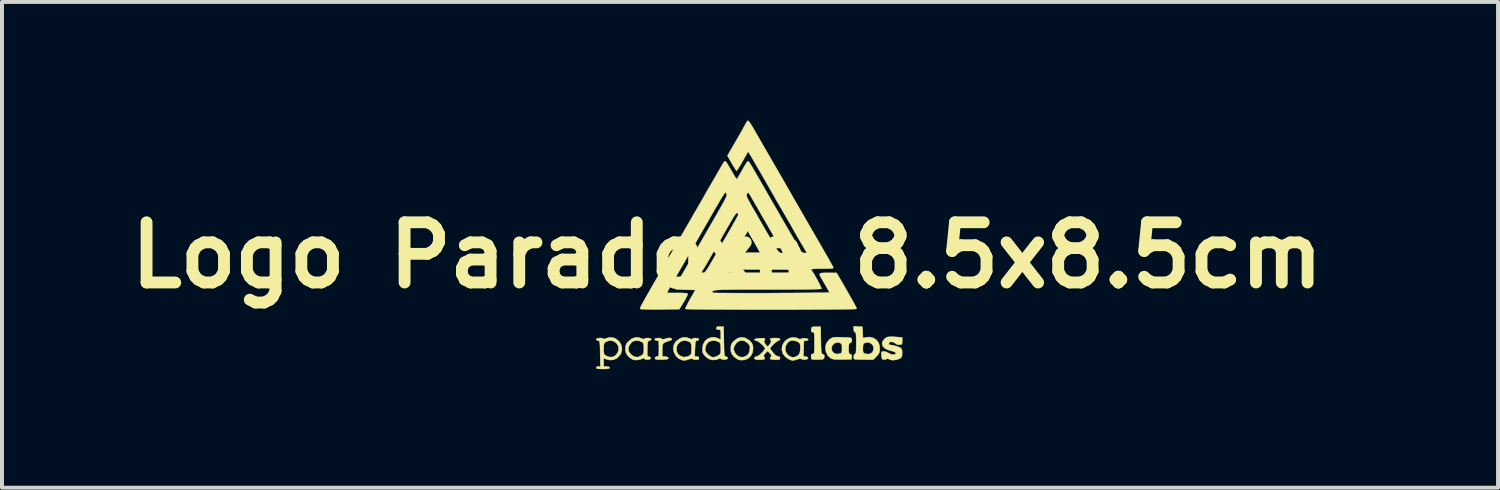
<source format=kicad_pcb>
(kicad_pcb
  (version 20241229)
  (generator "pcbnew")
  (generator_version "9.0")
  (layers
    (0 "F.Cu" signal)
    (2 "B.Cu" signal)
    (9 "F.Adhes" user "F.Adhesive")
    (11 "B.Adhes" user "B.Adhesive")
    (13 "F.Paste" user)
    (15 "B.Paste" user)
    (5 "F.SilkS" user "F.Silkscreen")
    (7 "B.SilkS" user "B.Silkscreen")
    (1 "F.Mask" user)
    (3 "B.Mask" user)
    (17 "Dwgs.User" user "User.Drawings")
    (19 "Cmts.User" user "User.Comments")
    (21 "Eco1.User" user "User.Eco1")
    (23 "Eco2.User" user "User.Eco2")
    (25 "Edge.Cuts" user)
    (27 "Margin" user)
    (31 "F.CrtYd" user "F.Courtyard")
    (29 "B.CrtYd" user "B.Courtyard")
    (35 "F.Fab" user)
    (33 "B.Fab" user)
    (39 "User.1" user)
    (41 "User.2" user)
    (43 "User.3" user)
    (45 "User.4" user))
  (footprint "Logo Paradoxa 8.5x8.5cm "
    (layer "F.Cu")
    (at 15.937 3.412)
    (property "Reference" "Logo Paradoxa 8.5x8.5cm " (at 0 0 0) (layer "F.SilkS") (effects (font (size 1.524 1.524) (thickness 0.3))))
    (attr through_hole)
    (fp_poly (pts (xy 1.794 2.151) (xy 1.797 2.279) (xy 1.8 2.37) (xy 1.804 2.432) (xy 1.81 2.47) (xy 1.82 2.491) (xy 1.833 2.501) (xy 1.844 2.504) (xy 1.875 2.524) (xy 1.881 2.567) (xy 1.88 2.575) (xy 1.875 2.607) (xy 1.86 2.625) (xy 1.828 2.635) (xy 1.768 2.639) (xy 1.724 2.641) (xy 1.648 2.642) (xy 1.59 2.639) (xy 1.561 2.633) (xy 1.56 2.633) (xy 1.549 2.602) (xy 1.545 2.558) (xy 1.553 2.513) (xy 1.58 2.498) (xy 1.587 2.498) (xy 1.605 2.495) (xy 1.617 2.484) (xy 1.624 2.456) (xy 1.628 2.406) (xy 1.63 2.327) (xy 1.63 2.223) (xy 1.63 2.11) (xy 1.628 2.034) (xy 1.624 1.986) (xy 1.616 1.96) (xy 1.604 1.949) (xy 1.586 1.947) (xy 1.556 1.94) (xy 1.547 1.911) (xy 1.549 1.879) (xy 1.555 1.839) (xy 1.569 1.819) (xy 1.603 1.811) (xy 1.669 1.81) (xy 1.789 1.81) (xy 1.794 2.151)) (stroke (width 0.01) (type solid)) (fill yes) (layer "F.SilkS"))
    (fp_poly (pts (xy -0.128 2.09) (xy -0.031 2.145) (xy -0.007 2.166) (xy 0.043 2.22) (xy 0.068 2.274) (xy 0.078 2.34) (xy 0.069 2.449) (xy 0.026 2.54) (xy -0.043 2.609) (xy -0.133 2.649) (xy -0.237 2.655) (xy -0.289 2.644) (xy -0.344 2.616) (xy -0.403 2.568) (xy -0.421 2.55) (xy -0.462 2.495) (xy -0.482 2.442) (xy -0.486 2.376) (xy -0.416 2.376) (xy -0.395 2.448) (xy -0.393 2.452) (xy -0.334 2.53) (xy -0.26 2.573) (xy -0.178 2.58) (xy -0.096 2.547) (xy -0.077 2.534) (xy -0.034 2.487) (xy -0.011 2.423) (xy -0.006 2.387) (xy -0.002 2.322) (xy -0.013 2.279) (xy -0.047 2.236) (xy -0.059 2.224) (xy -0.136 2.17) (xy -0.218 2.155) (xy -0.295 2.179) (xy -0.347 2.224) (xy -0.4 2.304) (xy -0.416 2.376) (xy -0.486 2.376) (xy -0.487 2.37) (xy -0.487 2.364) (xy -0.483 2.293) (xy -0.467 2.243) (xy -0.429 2.194) (xy -0.411 2.175) (xy -0.32 2.104) (xy -0.225 2.076) (xy -0.128 2.09)) (stroke (width 0.01) (type solid)) (fill yes) (layer "F.SilkS"))
    (fp_poly (pts (xy -1.991 2.104) (xy -1.989 2.107) (xy -1.977 2.126) (xy -1.984 2.142) (xy -2.019 2.158) (xy -2.085 2.18) (xy -2.152 2.204) (xy -2.193 2.23) (xy -2.214 2.27) (xy -2.221 2.334) (xy -2.223 2.404) (xy -2.223 2.559) (xy -2.143 2.565) (xy -2.084 2.578) (xy -2.064 2.603) (xy -2.064 2.603) (xy -2.073 2.621) (xy -2.105 2.632) (xy -2.168 2.639) (xy -2.226 2.641) (xy -2.312 2.642) (xy -2.374 2.636) (xy -2.402 2.626) (xy -2.402 2.626) (xy -2.406 2.59) (xy -2.376 2.566) (xy -2.348 2.561) (xy -2.329 2.558) (xy -2.317 2.543) (xy -2.31 2.508) (xy -2.308 2.445) (xy -2.307 2.36) (xy -2.308 2.267) (xy -2.31 2.208) (xy -2.317 2.176) (xy -2.33 2.162) (xy -2.351 2.159) (xy -2.36 2.159) (xy -2.403 2.148) (xy -2.413 2.127) (xy -2.395 2.108) (xy -2.351 2.097) (xy -2.299 2.095) (xy -2.253 2.104) (xy -2.232 2.118) (xy -2.204 2.13) (xy -2.183 2.126) (xy -2.099 2.099) (xy -2.032 2.091) (xy -1.991 2.104)) (stroke (width 0.01) (type solid)) (fill yes) (layer "F.SilkS"))
    (fp_poly (pts (xy 2.275 2.075) (xy 2.369 2.078) (xy 2.434 2.081) (xy 2.508 2.084) (xy 2.55 2.091) (xy 2.57 2.106) (xy 2.577 2.133) (xy 2.579 2.145) (xy 2.576 2.192) (xy 2.548 2.214) (xy 2.542 2.216) (xy 2.517 2.227) (xy 2.504 2.252) (xy 2.499 2.302) (xy 2.498 2.36) (xy 2.499 2.434) (xy 2.506 2.476) (xy 2.522 2.497) (xy 2.542 2.504) (xy 2.573 2.524) (xy 2.579 2.567) (xy 2.579 2.575) (xy 2.572 2.635) (xy 2.337 2.639) (xy 2.227 2.639) (xy 2.149 2.636) (xy 2.096 2.628) (xy 2.056 2.614) (xy 2.039 2.604) (xy 1.968 2.538) (xy 1.923 2.449) (xy 1.911 2.366) (xy 2.062 2.366) (xy 2.081 2.43) (xy 2.127 2.478) (xy 2.193 2.501) (xy 2.27 2.492) (xy 2.27 2.492) (xy 2.304 2.477) (xy 2.321 2.453) (xy 2.328 2.408) (xy 2.328 2.358) (xy 2.326 2.289) (xy 2.316 2.25) (xy 2.293 2.228) (xy 2.275 2.218) (xy 2.202 2.206) (xy 2.133 2.23) (xy 2.082 2.286) (xy 2.078 2.293) (xy 2.062 2.366) (xy 1.911 2.366) (xy 1.908 2.35) (xy 1.925 2.251) (xy 1.946 2.208) (xy 2.014 2.126) (xy 2.097 2.082) (xy 2.197 2.072) (xy 2.275 2.075)) (stroke (width 0.01) (type solid)) (fill yes) (layer "F.SilkS"))
    (fp_poly (pts (xy 2.847 1.81) (xy 2.853 1.953) (xy 2.859 2.096) (xy 2.917 2.081) (xy 3.024 2.07) (xy 3.121 2.093) (xy 3.202 2.145) (xy 3.258 2.221) (xy 3.281 2.307) (xy 3.284 2.398) (xy 3.272 2.464) (xy 3.239 2.519) (xy 3.2 2.562) (xy 3.119 2.643) (xy 2.884 2.642) (xy 2.789 2.641) (xy 2.709 2.638) (xy 2.656 2.634) (xy 2.637 2.63) (xy 2.624 2.596) (xy 2.625 2.551) (xy 2.638 2.512) (xy 2.656 2.498) (xy 2.67 2.492) (xy 2.679 2.469) (xy 2.684 2.424) (xy 2.687 2.358) (xy 2.857 2.358) (xy 2.857 2.359) (xy 2.859 2.426) (xy 2.869 2.463) (xy 2.891 2.483) (xy 2.915 2.492) (xy 2.999 2.504) (xy 3.068 2.481) (xy 3.102 2.448) (xy 3.13 2.378) (xy 3.123 2.311) (xy 3.089 2.254) (xy 3.034 2.216) (xy 2.967 2.204) (xy 2.898 2.223) (xy 2.873 2.246) (xy 2.861 2.287) (xy 2.857 2.358) (xy 2.687 2.358) (xy 2.687 2.349) (xy 2.688 2.24) (xy 2.688 2.223) (xy 2.687 2.108) (xy 2.685 2.029) (xy 2.68 1.981) (xy 2.671 1.955) (xy 2.658 1.947) (xy 2.656 1.947) (xy 2.633 1.932) (xy 2.625 1.881) (xy 2.625 1.872) (xy 2.625 1.797) (xy 2.847 1.81)) (stroke (width 0.01) (type solid)) (fill yes) (layer "F.SilkS"))
    (fp_poly (pts (xy 1.169 2.088) (xy 1.215 2.107) (xy 1.266 2.126) (xy 1.291 2.116) (xy 1.292 2.116) (xy 1.321 2.102) (xy 1.372 2.099) (xy 1.426 2.106) (xy 1.466 2.12) (xy 1.476 2.131) (xy 1.464 2.151) (xy 1.425 2.163) (xy 1.365 2.17) (xy 1.359 2.364) (xy 1.353 2.558) (xy 1.412 2.565) (xy 1.46 2.581) (xy 1.471 2.606) (xy 1.448 2.63) (xy 1.401 2.642) (xy 1.345 2.641) (xy 1.306 2.628) (xy 1.305 2.627) (xy 1.266 2.618) (xy 1.199 2.634) (xy 1.195 2.635) (xy 1.133 2.656) (xy 1.091 2.662) (xy 1.048 2.657) (xy 1.027 2.651) (xy 0.95 2.615) (xy 0.878 2.554) (xy 0.833 2.492) (xy 0.805 2.398) (xy 0.807 2.379) (xy 0.891 2.379) (xy 0.909 2.452) (xy 0.949 2.514) (xy 1.006 2.56) (xy 1.073 2.583) (xy 1.144 2.576) (xy 1.215 2.535) (xy 1.247 2.498) (xy 1.265 2.452) (xy 1.272 2.382) (xy 1.273 2.363) (xy 1.274 2.29) (xy 1.266 2.246) (xy 1.246 2.216) (xy 1.226 2.2) (xy 1.161 2.17) (xy 1.087 2.159) (xy 1.021 2.166) (xy 0.975 2.192) (xy 0.942 2.227) (xy 0.9 2.302) (xy 0.891 2.379) (xy 0.807 2.379) (xy 0.812 2.306) (xy 0.849 2.221) (xy 0.91 2.151) (xy 0.987 2.101) (xy 1.076 2.078) (xy 1.169 2.088)) (stroke (width 0.01) (type solid)) (fill yes) (layer "F.SilkS"))
    (fp_poly (pts (xy -1.586 2.086) (xy -1.535 2.107) (xy -1.486 2.126) (xy -1.464 2.118) (xy -1.441 2.101) (xy -1.395 2.095) (xy -1.343 2.098) (xy -1.304 2.11) (xy -1.291 2.126) (xy -1.309 2.152) (xy -1.339 2.163) (xy -1.361 2.169) (xy -1.376 2.184) (xy -1.384 2.217) (xy -1.389 2.276) (xy -1.393 2.365) (xy -1.399 2.561) (xy -1.345 2.561) (xy -1.303 2.571) (xy -1.291 2.603) (xy -1.3 2.633) (xy -1.334 2.645) (xy -1.361 2.646) (xy -1.415 2.64) (xy -1.451 2.626) (xy -1.451 2.625) (xy -1.487 2.618) (xy -1.552 2.634) (xy -1.556 2.635) (xy -1.618 2.655) (xy -1.66 2.662) (xy -1.703 2.657) (xy -1.725 2.652) (xy -1.813 2.612) (xy -1.88 2.544) (xy -1.924 2.46) (xy -1.942 2.367) (xy -1.941 2.36) (xy -1.863 2.36) (xy -1.851 2.45) (xy -1.811 2.514) (xy -1.762 2.549) (xy -1.673 2.579) (xy -1.587 2.567) (xy -1.543 2.546) (xy -1.51 2.524) (xy -1.492 2.497) (xy -1.484 2.456) (xy -1.482 2.386) (xy -1.482 2.369) (xy -1.483 2.291) (xy -1.491 2.244) (xy -1.507 2.214) (xy -1.534 2.193) (xy -1.615 2.161) (xy -1.698 2.164) (xy -1.773 2.196) (xy -1.83 2.253) (xy -1.86 2.33) (xy -1.863 2.36) (xy -1.941 2.36) (xy -1.93 2.276) (xy -1.886 2.195) (xy -1.868 2.176) (xy -1.772 2.105) (xy -1.68 2.075) (xy -1.586 2.086)) (stroke (width 0.01) (type solid)) (fill yes) (layer "F.SilkS"))
    (fp_poly (pts (xy 3.619 2.063) (xy 3.702 2.068) (xy 3.852 2.08) (xy 3.852 2.173) (xy 3.851 2.23) (xy 3.839 2.257) (xy 3.809 2.264) (xy 3.779 2.265) (xy 3.727 2.259) (xy 3.694 2.244) (xy 3.693 2.242) (xy 3.656 2.213) (xy 3.601 2.194) (xy 3.551 2.192) (xy 3.546 2.194) (xy 3.524 2.214) (xy 3.512 2.244) (xy 3.517 2.264) (xy 3.521 2.265) (xy 3.572 2.271) (xy 3.643 2.286) (xy 3.718 2.307) (xy 3.778 2.328) (xy 3.803 2.34) (xy 3.834 2.368) (xy 3.849 2.411) (xy 3.852 2.475) (xy 3.848 2.543) (xy 3.832 2.584) (xy 3.804 2.609) (xy 3.72 2.644) (xy 3.623 2.656) (xy 3.577 2.652) (xy 3.529 2.637) (xy 3.505 2.623) (xy 3.473 2.618) (xy 3.458 2.627) (xy 3.417 2.642) (xy 3.383 2.642) (xy 3.352 2.632) (xy 3.336 2.605) (xy 3.328 2.549) (xy 3.327 2.535) (xy 3.325 2.474) (xy 3.332 2.445) (xy 3.355 2.435) (xy 3.386 2.434) (xy 3.45 2.447) (xy 3.511 2.478) (xy 3.511 2.478) (xy 3.565 2.505) (xy 3.622 2.515) (xy 3.669 2.509) (xy 3.693 2.485) (xy 3.694 2.478) (xy 3.673 2.454) (xy 3.617 2.431) (xy 3.588 2.424) (xy 3.474 2.39) (xy 3.398 2.346) (xy 3.356 2.29) (xy 3.344 2.227) (xy 3.363 2.168) (xy 3.408 2.112) (xy 3.468 2.074) (xy 3.489 2.068) (xy 3.542 2.063) (xy 3.619 2.063)) (stroke (width 0.01) (type solid)) (fill yes) (layer "F.SilkS"))
    (fp_poly (pts (xy -3.449 2.09) (xy -3.392 2.117) (xy -3.308 2.188) (xy -3.258 2.277) (xy -3.241 2.375) (xy -3.262 2.473) (xy -3.281 2.509) (xy -3.356 2.596) (xy -3.445 2.645) (xy -3.547 2.654) (xy -3.619 2.638) (xy -3.704 2.608) (xy -3.704 2.815) (xy -3.63 2.815) (xy -3.575 2.822) (xy -3.556 2.844) (xy -3.556 2.847) (xy -3.564 2.863) (xy -3.593 2.873) (xy -3.65 2.878) (xy -3.725 2.879) (xy -3.812 2.877) (xy -3.864 2.872) (xy -3.889 2.861) (xy -3.895 2.847) (xy -3.876 2.821) (xy -3.841 2.815) (xy -3.788 2.815) (xy -3.794 2.492) (xy -3.796 2.369) (xy -3.796 2.368) (xy -3.704 2.368) (xy -3.703 2.445) (xy -3.696 2.491) (xy -3.679 2.52) (xy -3.65 2.543) (xy -3.646 2.545) (xy -3.565 2.576) (xy -3.482 2.575) (xy -3.416 2.545) (xy -3.352 2.471) (xy -3.324 2.387) (xy -3.333 2.302) (xy -3.38 2.226) (xy -3.385 2.221) (xy -3.462 2.171) (xy -3.55 2.159) (xy -3.637 2.184) (xy -3.652 2.193) (xy -3.68 2.216) (xy -3.696 2.246) (xy -3.703 2.296) (xy -3.704 2.368) (xy -3.796 2.368) (xy -3.799 2.282) (xy -3.803 2.224) (xy -3.81 2.19) (xy -3.82 2.172) (xy -3.835 2.165) (xy -3.847 2.163) (xy -3.884 2.146) (xy -3.895 2.126) (xy -3.876 2.107) (xy -3.833 2.097) (xy -3.78 2.095) (xy -3.735 2.102) (xy -3.716 2.115) (xy -3.69 2.121) (xy -3.646 2.105) (xy -3.549 2.077) (xy -3.449 2.09)) (stroke (width 0.01) (type solid)) (fill yes) (layer "F.SilkS"))
    (fp_poly (pts (xy -2.796 2.087) (xy -2.756 2.104) (xy -2.704 2.123) (xy -2.678 2.117) (xy -2.649 2.1) (xy -2.6 2.095) (xy -2.548 2.098) (xy -2.509 2.111) (xy -2.498 2.126) (xy -2.516 2.152) (xy -2.545 2.163) (xy -2.568 2.169) (xy -2.582 2.184) (xy -2.591 2.218) (xy -2.596 2.277) (xy -2.599 2.364) (xy -2.601 2.455) (xy -2.6 2.513) (xy -2.594 2.544) (xy -2.581 2.559) (xy -2.559 2.565) (xy -2.557 2.565) (xy -2.519 2.582) (xy -2.508 2.603) (xy -2.526 2.627) (xy -2.569 2.641) (xy -2.619 2.643) (xy -2.659 2.631) (xy -2.669 2.621) (xy -2.693 2.604) (xy -2.725 2.617) (xy -2.81 2.648) (xy -2.907 2.653) (xy -2.956 2.644) (xy -3.011 2.616) (xy -3.07 2.568) (xy -3.088 2.55) (xy -3.131 2.493) (xy -3.15 2.437) (xy -3.154 2.371) (xy -3.083 2.371) (xy -3.064 2.446) (xy -3.004 2.521) (xy -3.002 2.522) (xy -2.924 2.571) (xy -2.842 2.579) (xy -2.758 2.544) (xy -2.75 2.539) (xy -2.716 2.511) (xy -2.697 2.48) (xy -2.69 2.433) (xy -2.688 2.361) (xy -2.69 2.286) (xy -2.698 2.24) (xy -2.717 2.211) (xy -2.74 2.193) (xy -2.814 2.164) (xy -2.895 2.16) (xy -2.967 2.182) (xy -2.999 2.207) (xy -3.062 2.293) (xy -3.083 2.371) (xy -3.154 2.371) (xy -3.154 2.369) (xy -3.15 2.301) (xy -3.133 2.252) (xy -3.095 2.2) (xy -3.074 2.178) (xy -2.986 2.108) (xy -2.892 2.077) (xy -2.796 2.087)) (stroke (width 0.01) (type solid)) (fill yes) (layer "F.SilkS"))
    (fp_poly (pts (xy -0.749 1.803) (xy -0.667 1.81) (xy -0.661 2.184) (xy -0.659 2.318) (xy -0.656 2.416) (xy -0.653 2.483) (xy -0.647 2.525) (xy -0.639 2.549) (xy -0.627 2.56) (xy -0.611 2.565) (xy -0.608 2.565) (xy -0.571 2.582) (xy -0.561 2.603) (xy -0.579 2.627) (xy -0.623 2.641) (xy -0.675 2.642) (xy -0.721 2.63) (xy -0.732 2.624) (xy -0.771 2.61) (xy -0.788 2.619) (xy -0.85 2.645) (xy -0.935 2.651) (xy -0.994 2.643) (xy -1.065 2.613) (xy -1.134 2.556) (xy -1.137 2.553) (xy -1.181 2.498) (xy -1.201 2.447) (xy -1.205 2.39) (xy -1.136 2.39) (xy -1.131 2.418) (xy -1.098 2.476) (xy -1.043 2.531) (xy -0.981 2.57) (xy -0.934 2.582) (xy -0.878 2.571) (xy -0.816 2.544) (xy -0.81 2.54) (xy -0.772 2.515) (xy -0.752 2.488) (xy -0.743 2.447) (xy -0.741 2.379) (xy -0.741 2.363) (xy -0.743 2.287) (xy -0.751 2.241) (xy -0.769 2.212) (xy -0.793 2.193) (xy -0.869 2.165) (xy -0.957 2.162) (xy -1.036 2.186) (xy -1.047 2.192) (xy -1.095 2.244) (xy -1.127 2.316) (xy -1.136 2.39) (xy -1.205 2.39) (xy -1.206 2.376) (xy -1.206 2.369) (xy -1.189 2.261) (xy -1.141 2.174) (xy -1.069 2.111) (xy -0.981 2.078) (xy -0.883 2.078) (xy -0.803 2.107) (xy -0.741 2.139) (xy -0.741 2.011) (xy -0.742 1.941) (xy -0.748 1.903) (xy -0.763 1.887) (xy -0.791 1.884) (xy -0.793 1.884) (xy -0.844 1.874) (xy -0.858 1.847) (xy -0.848 1.823) (xy -0.815 1.806) (xy -0.753 1.803) (xy -0.749 1.803)) (stroke (width 0.01) (type solid)) (fill yes) (layer "F.SilkS"))
    (fp_poly (pts (xy 0.709 2.098) (xy 0.748 2.107) (xy 0.762 2.123) (xy 0.762 2.127) (xy 0.745 2.154) (xy 0.724 2.159) (xy 0.693 2.173) (xy 0.645 2.208) (xy 0.592 2.255) (xy 0.545 2.303) (xy 0.514 2.342) (xy 0.508 2.357) (xy 0.52 2.382) (xy 0.553 2.427) (xy 0.585 2.468) (xy 0.649 2.534) (xy 0.703 2.56) (xy 0.712 2.561) (xy 0.752 2.572) (xy 0.762 2.603) (xy 0.757 2.627) (xy 0.737 2.64) (xy 0.691 2.645) (xy 0.635 2.646) (xy 0.554 2.641) (xy 0.512 2.625) (xy 0.509 2.597) (xy 0.534 2.565) (xy 0.544 2.541) (xy 0.527 2.508) (xy 0.502 2.482) (xy 0.445 2.425) (xy 0.388 2.481) (xy 0.353 2.522) (xy 0.347 2.55) (xy 0.358 2.57) (xy 0.374 2.606) (xy 0.371 2.624) (xy 0.343 2.637) (xy 0.289 2.644) (xy 0.223 2.645) (xy 0.163 2.641) (xy 0.123 2.63) (xy 0.116 2.625) (xy 0.113 2.59) (xy 0.143 2.566) (xy 0.173 2.561) (xy 0.208 2.546) (xy 0.257 2.509) (xy 0.309 2.46) (xy 0.353 2.411) (xy 0.379 2.371) (xy 0.381 2.361) (xy 0.365 2.327) (xy 0.325 2.281) (xy 0.271 2.231) (xy 0.215 2.189) (xy 0.169 2.163) (xy 0.153 2.159) (xy 0.116 2.15) (xy 0.111 2.133) (xy 0.137 2.116) (xy 0.199 2.104) (xy 0.25 2.1) (xy 0.325 2.098) (xy 0.365 2.104) (xy 0.38 2.118) (xy 0.381 2.124) (xy 0.367 2.157) (xy 0.356 2.164) (xy 0.353 2.183) (xy 0.37 2.22) (xy 0.396 2.262) (xy 0.425 2.296) (xy 0.445 2.307) (xy 0.468 2.292) (xy 0.497 2.257) (xy 0.522 2.214) (xy 0.536 2.179) (xy 0.533 2.164) (xy 0.51 2.138) (xy 0.508 2.125) (xy 0.52 2.108) (xy 0.559 2.098) (xy 0.633 2.095) (xy 0.635 2.095) (xy 0.709 2.098)) (stroke (width 0.01) (type solid)) (fill yes) (layer "F.SilkS"))
    (fp_poly (pts (xy -0.031 -3.39) (xy 0.004 -3.344) (xy 0.048 -3.275) (xy 0.086 -3.212) (xy 0.167 -3.07) (xy 0.265 -2.9) (xy 0.375 -2.71) (xy 0.492 -2.507) (xy 0.611 -2.3) (xy 0.728 -2.098) (xy 0.773 -2.021) (xy 0.839 -1.907) (xy 0.901 -1.8) (xy 0.954 -1.706) (xy 0.995 -1.635) (xy 1.016 -1.598) (xy 1.041 -1.555) (xy 1.079 -1.487) (xy 1.133 -1.393) (xy 1.203 -1.272) (xy 1.29 -1.121) (xy 1.395 -0.939) (xy 1.518 -0.725) (xy 1.661 -0.478) (xy 1.782 -0.269) (xy 1.862 -0.13) (xy 1.936 -0.002) (xy 2 0.11) (xy 2.051 0.202) (xy 2.088 0.268) (xy 2.107 0.304) (xy 2.109 0.308) (xy 2.108 0.32) (xy 2.09 0.329) (xy 2.05 0.335) (xy 1.98 0.338) (xy 1.876 0.339) (xy 1.833 0.339) (xy 1.711 0.34) (xy 1.627 0.343) (xy 1.575 0.349) (xy 1.552 0.36) (xy 1.551 0.376) (xy 1.564 0.393) (xy 1.59 0.427) (xy 1.626 0.486) (xy 1.669 0.56) (xy 1.713 0.64) (xy 1.754 0.718) (xy 1.787 0.785) (xy 1.806 0.831) (xy 1.809 0.848) (xy 1.786 0.852) (xy 1.722 0.856) (xy 1.619 0.859) (xy 1.48 0.862) (xy 1.306 0.864) (xy 1.1 0.866) (xy 0.862 0.867) (xy 0.596 0.868) (xy 0.435 0.868) (xy 0.159 0.868) (xy -0.078 0.868) (xy -0.279 0.868) (xy -0.446 0.869) (xy -0.583 0.871) (xy -0.693 0.873) (xy -0.779 0.876) (xy -0.843 0.881) (xy -0.889 0.886) (xy -0.92 0.894) (xy -0.939 0.903) (xy -0.949 0.914) (xy -0.952 0.927) (xy -0.953 0.942) (xy -0.953 0.949) (xy -0.932 0.951) (xy -0.872 0.953) (xy -0.777 0.955) (xy -0.65 0.956) (xy -0.494 0.957) (xy -0.312 0.958) (xy -0.109 0.959) (xy 0.113 0.959) (xy 0.35 0.958) (xy 0.529 0.958) (xy 0.775 0.956) (xy 1.009 0.955) (xy 1.226 0.954) (xy 1.424 0.952) (xy 1.598 0.951) (xy 1.747 0.949) (xy 1.865 0.948) (xy 1.951 0.946) (xy 2 0.945) (xy 2.011 0.944) (xy 2 0.921) (xy 1.969 0.863) (xy 1.918 0.773) (xy 1.848 0.653) (xy 1.813 0.593) (xy 1.778 0.53) (xy 1.762 0.488) (xy 1.77 0.462) (xy 1.808 0.45) (xy 1.879 0.445) (xy 1.975 0.445) (xy 2.192 0.445) (xy 2.275 0.587) (xy 2.386 0.779) (xy 2.477 0.938) (xy 2.55 1.066) (xy 2.606 1.166) (xy 2.648 1.242) (xy 2.675 1.296) (xy 2.692 1.332) (xy 2.698 1.352) (xy 2.697 1.357) (xy 2.675 1.36) (xy 2.613 1.363) (xy 2.517 1.365) (xy 2.388 1.367) (xy 2.231 1.369) (xy 2.048 1.37) (xy 1.844 1.372) (xy 1.621 1.373) (xy 1.384 1.374) (xy 1.135 1.375) (xy 0.878 1.375) (xy 0.617 1.375) (xy 0.354 1.376) (xy 0.094 1.375) (xy -0.161 1.375) (xy -0.406 1.374) (xy -0.639 1.373) (xy -0.856 1.372) (xy -1.053 1.371) (xy -1.227 1.369) (xy -1.376 1.367) (xy -1.494 1.365) (xy -1.579 1.363) (xy -1.628 1.361) (xy -1.638 1.359) (xy -1.632 1.335) (xy -1.608 1.282) (xy -1.57 1.208) (xy -1.522 1.12) (xy -1.516 1.11) (xy -1.384 0.878) (xy -1.644 0.872) (xy -1.754 0.869) (xy -1.828 0.865) (xy -1.873 0.859) (xy -1.897 0.85) (xy -1.905 0.836) (xy -1.905 0.83) (xy -1.893 0.783) (xy -1.876 0.751) (xy -1.859 0.723) (xy -1.825 0.665) (xy -1.776 0.581) (xy -1.716 0.479) (xy -1.691 0.436) (xy -1.223 0.436) (xy -1.198 0.444) (xy -1.18 0.444) (xy -1.157 0.438) (xy -1.137 0.421) (xy -0.657 0.421) (xy -0.649 0.428) (xy -0.629 0.433) (xy -0.592 0.437) (xy -0.536 0.44) (xy -0.457 0.442) (xy -0.351 0.443) (xy -0.215 0.444) (xy -0.044 0.444) (xy 0.164 0.444) (xy 0.233 0.445) (xy 0.453 0.444) (xy 0.634 0.444) (xy 0.78 0.444) (xy 0.895 0.443) (xy 0.981 0.441) (xy 1.044 0.438) (xy 1.086 0.434) (xy 1.11 0.429) (xy 1.122 0.423) (xy 1.123 0.415) (xy 1.119 0.405) (xy 1.117 0.402) (xy 1.109 0.392) (xy 1.097 0.383) (xy 1.078 0.376) (xy 1.047 0.371) (xy 1 0.367) (xy 0.933 0.364) (xy 0.843 0.362) (xy 0.725 0.361) (xy 0.576 0.36) (xy 0.391 0.36) (xy 0.233 0.36) (xy 0.02 0.36) (xy -0.155 0.36) (xy -0.295 0.361) (xy -0.405 0.362) (xy -0.488 0.365) (xy -0.549 0.368) (xy -0.591 0.372) (xy -0.619 0.378) (xy -0.636 0.385) (xy -0.646 0.394) (xy -0.651 0.402) (xy -0.657 0.412) (xy -0.657 0.421) (xy -1.137 0.421) (xy -1.131 0.416) (xy -1.098 0.373) (xy -1.054 0.303) (xy -0.994 0.203) (xy -0.974 0.167) (xy -0.913 0.062) (xy -0.856 -0.038) (xy -0.842 -0.064) (xy -0.378 -0.064) (xy 0.256 -0.064) (xy 0.176 -0.206) (xy 0.125 -0.297) (xy 0.07 -0.392) (xy 0.027 -0.464) (xy -0.009 -0.528) (xy -0.034 -0.578) (xy -0.042 -0.601) (xy -0.046 -0.612) (xy -0.057 -0.604) (xy -0.08 -0.574) (xy -0.115 -0.517) (xy -0.167 -0.431) (xy -0.229 -0.323) (xy -0.378 -0.064) (xy -0.842 -0.064) (xy -0.807 -0.123) (xy -0.773 -0.184) (xy -0.765 -0.198) (xy -0.738 -0.244) (xy -0.695 -0.319) (xy -0.639 -0.416) (xy -0.575 -0.527) (xy -0.507 -0.645) (xy -0.505 -0.648) (xy -0.441 -0.76) (xy -0.385 -0.86) (xy -0.34 -0.942) (xy -0.309 -1.001) (xy -0.297 -1.029) (xy -0.296 -1.03) (xy -0.31 -1.061) (xy -0.321 -1.074) (xy -0.335 -1.075) (xy -0.359 -1.051) (xy -0.395 -1.002) (xy -0.445 -0.922) (xy -0.511 -0.808) (xy -0.529 -0.777) (xy -0.667 -0.536) (xy -0.785 -0.33) (xy -0.884 -0.155) (xy -0.968 -0.011) (xy -1.035 0.107) (xy -1.089 0.199) (xy -1.131 0.269) (xy -1.161 0.32) (xy -1.181 0.352) (xy -1.188 0.363) (xy -1.219 0.412) (xy -1.223 0.436) (xy -1.691 0.436) (xy -1.649 0.364) (xy -1.578 0.241) (xy -1.507 0.117) (xy -1.438 -0.002) (xy -1.376 -0.11) (xy -1.323 -0.202) (xy -1.318 -0.212) (xy -1.292 -0.257) (xy -1.251 -0.329) (xy -1.198 -0.421) (xy -1.139 -0.523) (xy -1.117 -0.561) (xy -0.996 -0.771) (xy -0.894 -0.948) (xy -0.81 -1.094) (xy -0.742 -1.212) (xy -0.689 -1.307) (xy -0.649 -1.38) (xy -0.62 -1.435) (xy -0.602 -1.475) (xy -0.591 -1.503) (xy -0.588 -1.523) (xy -0.588 -1.524) (xy -0.09 -1.524) (xy -0.084 -1.492) (xy -0.064 -1.443) (xy -0.028 -1.373) (xy 0.027 -1.275) (xy 0.052 -1.23) (xy 0.112 -1.127) (xy 0.167 -1.032) (xy 0.212 -0.952) (xy 0.244 -0.897) (xy 0.251 -0.885) (xy 0.276 -0.841) (xy 0.317 -0.77) (xy 0.369 -0.679) (xy 0.427 -0.579) (xy 0.444 -0.55) (xy 0.505 -0.444) (xy 0.565 -0.341) (xy 0.616 -0.252) (xy 0.654 -0.186) (xy 0.66 -0.176) (xy 0.715 -0.098) (xy 0.771 -0.057) (xy 0.824 -0.055) (xy 0.829 -0.057) (xy 0.825 -0.077) (xy 0.804 -0.125) (xy 0.768 -0.193) (xy 0.742 -0.238) (xy 0.702 -0.309) (xy 0.645 -0.407) (xy 0.576 -0.527) (xy 0.5 -0.658) (xy 0.422 -0.794) (xy 0.391 -0.847) (xy 0.314 -0.98) (xy 0.239 -1.111) (xy 0.17 -1.231) (xy 0.111 -1.333) (xy 0.067 -1.41) (xy 0.054 -1.434) (xy 0.013 -1.504) (xy -0.021 -1.557) (xy -0.043 -1.585) (xy -0.047 -1.587) (xy -0.068 -1.571) (xy -0.084 -1.546) (xy -0.09 -1.524) (xy -0.588 -1.524) (xy -0.589 -1.537) (xy -0.594 -1.548) (xy -0.6 -1.56) (xy -0.6 -1.56) (xy -0.606 -1.573) (xy -0.612 -1.583) (xy -0.619 -1.588) (xy -0.629 -1.584) (xy -0.643 -1.569) (xy -0.664 -1.54) (xy -0.694 -1.495) (xy -0.734 -1.43) (xy -0.785 -1.343) (xy -0.85 -1.231) (xy -0.931 -1.092) (xy -1.029 -0.921) (xy -1.146 -0.718) (xy -1.176 -0.667) (xy -1.301 -0.448) (xy -1.409 -0.261) (xy -1.503 -0.098) (xy -1.586 0.045) (xy -1.661 0.175) (xy -1.732 0.298) (xy -1.803 0.419) (xy -1.876 0.544) (xy -1.901 0.587) (xy -1.965 0.698) (xy -2.02 0.796) (xy -2.063 0.874) (xy -2.09 0.929) (xy -2.1 0.953) (xy -2.1 0.954) (xy -2.074 0.954) (xy -2.015 0.954) (xy -1.931 0.953) (xy -1.838 0.953) (xy -1.72 0.954) (xy -1.635 0.959) (xy -1.587 0.967) (xy -1.577 0.973) (xy -1.582 1) (xy -1.605 1.053) (xy -1.643 1.125) (xy -1.676 1.181) (xy -1.79 1.365) (xy -2.28 1.371) (xy -2.438 1.372) (xy -2.572 1.371) (xy -2.676 1.368) (xy -2.747 1.364) (xy -2.78 1.358) (xy -2.782 1.356) (xy -2.783 1.347) (xy -2.777 1.327) (xy -2.763 1.295) (xy -2.739 1.248) (xy -2.703 1.181) (xy -2.653 1.092) (xy -2.589 0.979) (xy -2.508 0.837) (xy -2.408 0.664) (xy -2.318 0.508) (xy -2.243 0.379) (xy -2.16 0.235) (xy -2.078 0.092) (xy -2.006 -0.033) (xy -2 -0.042) (xy -1.861 -0.284) (xy -1.741 -0.492) (xy -1.639 -0.669) (xy -1.552 -0.819) (xy -1.48 -0.945) (xy -1.42 -1.048) (xy -1.371 -1.133) (xy -1.33 -1.203) (xy -1.297 -1.261) (xy -1.269 -1.308) (xy -1.261 -1.322) (xy -1.218 -1.395) (xy -1.185 -1.453) (xy -1.166 -1.487) (xy -1.164 -1.492) (xy -1.154 -1.511) (xy -1.126 -1.561) (xy -1.083 -1.636) (xy -1.028 -1.73) (xy -0.965 -1.838) (xy -0.965 -1.839) (xy -0.897 -1.955) (xy -0.832 -2.067) (xy -0.775 -2.166) (xy -0.731 -2.243) (xy -0.707 -2.286) (xy -0.672 -2.343) (xy -0.642 -2.378) (xy -0.626 -2.385) (xy -0.607 -2.365) (xy -0.573 -2.315) (xy -0.529 -2.242) (xy -0.478 -2.155) (xy -0.476 -2.152) (xy -0.427 -2.065) (xy -0.384 -1.994) (xy -0.354 -1.945) (xy -0.339 -1.926) (xy -0.338 -1.926) (xy -0.324 -1.943) (xy -0.294 -1.99) (xy -0.253 -2.059) (xy -0.215 -2.126) (xy -0.154 -2.234) (xy -0.11 -2.309) (xy -0.078 -2.355) (xy -0.056 -2.376) (xy -0.038 -2.375) (xy -0.02 -2.355) (xy 0.002 -2.321) (xy 0.005 -2.316) (xy 0.032 -2.272) (xy 0.076 -2.198) (xy 0.132 -2.102) (xy 0.196 -1.992) (xy 0.264 -1.874) (xy 0.264 -1.873) (xy 0.364 -1.7) (xy 0.479 -1.5) (xy 0.604 -1.283) (xy 0.735 -1.056) (xy 0.865 -0.831) (xy 0.989 -0.617) (xy 1.089 -0.445) (xy 1.143 -0.35) (xy 1.194 -0.26) (xy 1.235 -0.187) (xy 1.258 -0.145) (xy 1.301 -0.085) (xy 1.352 -0.059) (xy 1.359 -0.058) (xy 1.414 -0.056) (xy 1.432 -0.071) (xy 1.42 -0.093) (xy 1.406 -0.117) (xy 1.373 -0.172) (xy 1.324 -0.256) (xy 1.262 -0.362) (xy 1.19 -0.486) (xy 1.111 -0.624) (xy 1.069 -0.699) (xy 0.987 -0.842) (xy 0.911 -0.974) (xy 0.844 -1.089) (xy 0.789 -1.184) (xy 0.748 -1.254) (xy 0.725 -1.294) (xy 0.72 -1.302) (xy 0.701 -1.331) (xy 0.671 -1.384) (xy 0.648 -1.426) (xy 0.615 -1.485) (xy 0.564 -1.573) (xy 0.501 -1.684) (xy 0.429 -1.811) (xy 0.351 -1.945) (xy 0.273 -2.081) (xy 0.198 -2.21) (xy 0.131 -2.327) (xy 0.075 -2.423) (xy 0.035 -2.491) (xy 0.027 -2.504) (xy -0.047 -2.627) (xy -0.186 -2.382) (xy -0.239 -2.292) (xy -0.284 -2.217) (xy -0.319 -2.163) (xy -0.338 -2.139) (xy -0.34 -2.138) (xy -0.355 -2.155) (xy -0.386 -2.202) (xy -0.428 -2.27) (xy -0.463 -2.329) (xy -0.572 -2.521) (xy -0.367 -2.874) (xy -0.299 -2.991) (xy -0.236 -3.102) (xy -0.182 -3.198) (xy -0.141 -3.273) (xy -0.118 -3.317) (xy -0.087 -3.37) (xy -0.06 -3.403) (xy -0.05 -3.407) (xy -0.031 -3.39)) (stroke (width 0.01) (type solid)) (fill yes) (layer "F.SilkS")))
  (gr_rect
    (start -3 -3)
    (end 34.873 9.296)
    (stroke (width 0.1) (type default))
    (fill no)
    (layer "Edge.Cuts")))
</source>
